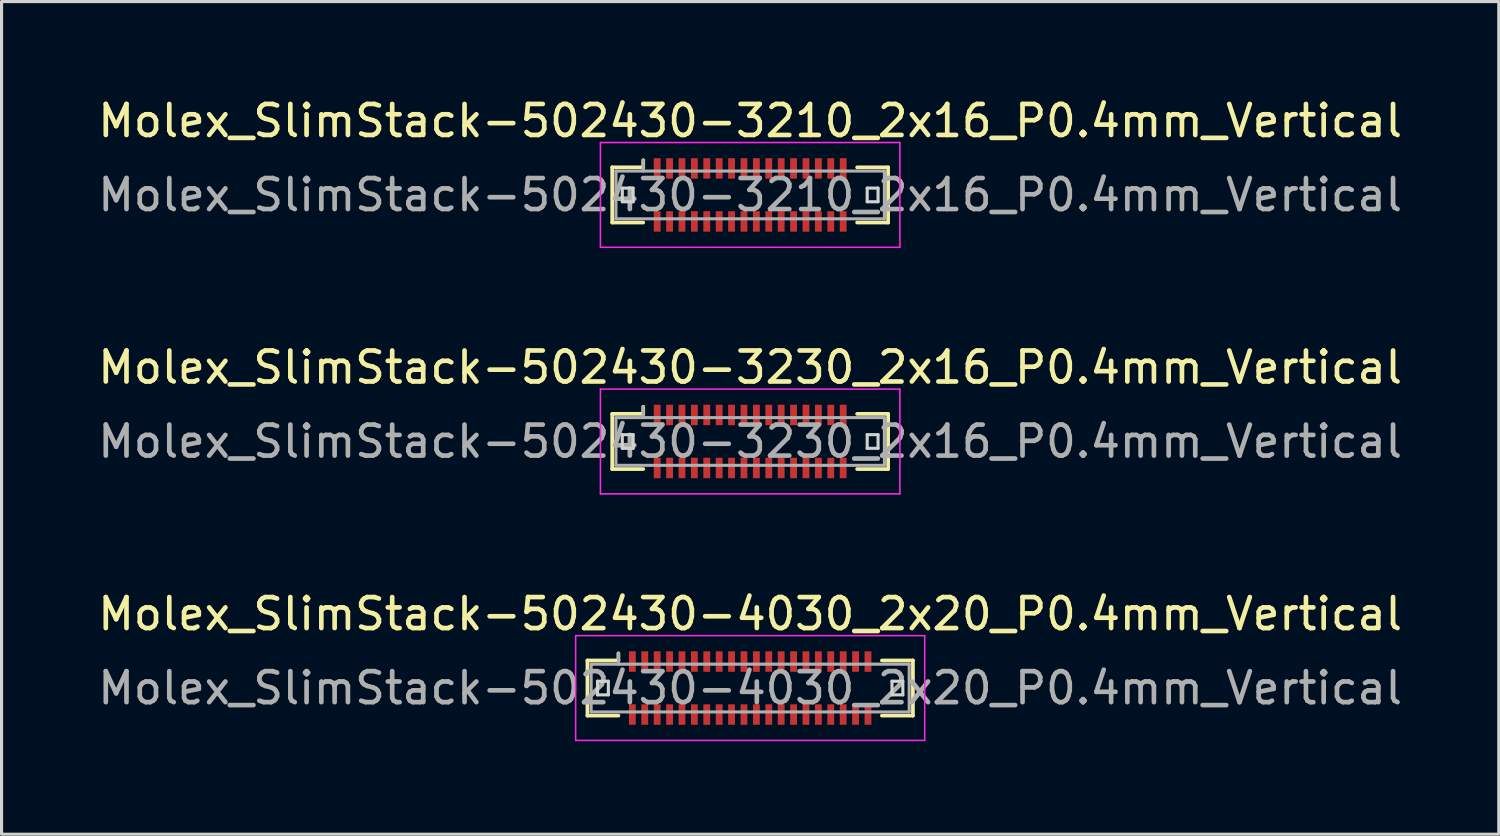
<source format=kicad_pcb>
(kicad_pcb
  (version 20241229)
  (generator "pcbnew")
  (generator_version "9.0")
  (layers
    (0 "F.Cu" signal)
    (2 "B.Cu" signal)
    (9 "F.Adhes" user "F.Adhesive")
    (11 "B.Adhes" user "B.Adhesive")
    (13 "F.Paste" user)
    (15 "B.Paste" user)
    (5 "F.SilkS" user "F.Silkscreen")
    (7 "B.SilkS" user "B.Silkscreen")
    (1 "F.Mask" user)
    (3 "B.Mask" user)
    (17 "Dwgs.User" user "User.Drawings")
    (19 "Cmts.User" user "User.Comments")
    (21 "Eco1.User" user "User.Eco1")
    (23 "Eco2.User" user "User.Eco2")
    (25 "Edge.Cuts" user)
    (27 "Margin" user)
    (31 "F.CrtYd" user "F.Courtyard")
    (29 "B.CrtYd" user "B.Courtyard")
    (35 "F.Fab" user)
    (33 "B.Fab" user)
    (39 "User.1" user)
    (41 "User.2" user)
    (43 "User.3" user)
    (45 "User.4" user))
  (footprint "Molex_SlimStack-502430-3210_2x16_P0.4mm_Vertical"
    (layer "F.Cu")
    (at 21.149 3.238)
    (property "Reference" "Molex_SlimStack-502430-3210_2x16_P0.4mm_Vertical" (at 0 -2.39 0) (layer "F.SilkS") (effects (font (size 1 1) (thickness 0.15))))
    (attr smd)
    (fp_line (start -4.45 -0.89) (end -3.45 -0.89) (stroke (width 0.12) (type solid)) (layer "F.SilkS"))
    (fp_line (start -4.45 0.89) (end -4.45 -0.89) (stroke (width 0.12) (type solid)) (layer "F.SilkS"))
    (fp_line (start -3.45 -0.89) (end -3.45 -1.12) (stroke (width 0.12) (type solid)) (layer "F.SilkS"))
    (fp_line (start -3.45 0.89) (end -4.45 0.89) (stroke (width 0.12) (type solid)) (layer "F.SilkS"))
    (fp_line (start 3.45 0.89) (end 4.45 0.89) (stroke (width 0.12) (type solid)) (layer "F.SilkS"))
    (fp_line (start 4.45 -0.89) (end 3.45 -0.89) (stroke (width 0.12) (type solid)) (layer "F.SilkS"))
    (fp_line (start 4.45 0.89) (end 4.45 -0.89) (stroke (width 0.12) (type solid)) (layer "F.SilkS"))
    (fp_line (start -4.125 -0.22) (end -4.125 0.22) (stroke (width 0.1) (type solid)) (layer "Edge.Cuts"))
    (fp_line (start -4.125 0.22) (end -3.775 0.22) (stroke (width 0.1) (type solid)) (layer "Edge.Cuts"))
    (fp_line (start -3.775 -0.22) (end -4.125 -0.22) (stroke (width 0.1) (type solid)) (layer "Edge.Cuts"))
    (fp_line (start -3.775 0.22) (end -3.775 -0.22) (stroke (width 0.1) (type solid)) (layer "Edge.Cuts"))
    (fp_line (start 3.775 -0.22) (end 3.775 0.22) (stroke (width 0.1) (type solid)) (layer "Edge.Cuts"))
    (fp_line (start 3.775 0.22) (end 4.125 0.22) (stroke (width 0.1) (type solid)) (layer "Edge.Cuts"))
    (fp_line (start 4.125 -0.22) (end 3.775 -0.22) (stroke (width 0.1) (type solid)) (layer "Edge.Cuts"))
    (fp_line (start 4.125 0.22) (end 4.125 -0.22) (stroke (width 0.1) (type solid)) (layer "Edge.Cuts"))
    (fp_line (start -4.83 -1.69) (end -4.83 1.69) (stroke (width 0.05) (type solid)) (layer "F.CrtYd"))
    (fp_line (start -4.83 1.69) (end 4.83 1.69) (stroke (width 0.05) (type solid)) (layer "F.CrtYd"))
    (fp_line (start 4.83 -1.69) (end -4.83 -1.69) (stroke (width 0.05) (type solid)) (layer "F.CrtYd"))
    (fp_line (start 4.83 1.69) (end 4.83 -1.69) (stroke (width 0.05) (type solid)) (layer "F.CrtYd"))
    (fp_line (start -4.33 -0.77) (end -4.33 0.77) (stroke (width 0.1) (type solid)) (layer "F.Fab"))
    (fp_line (start -4.33 0.77) (end 4.33 0.77) (stroke (width 0.1) (type solid)) (layer "F.Fab"))
    (fp_line (start -3.45 -0.77) (end -3.45 -1.12) (stroke (width 0.1) (type solid)) (layer "F.Fab"))
    (fp_line (start 4.33 -0.77) (end -4.33 -0.77) (stroke (width 0.1) (type solid)) (layer "F.Fab"))
    (fp_line (start 4.33 0.77) (end 4.33 -0.77) (stroke (width 0.1) (type solid)) (layer "F.Fab"))
    (fp_text user "${REFERENCE}" (at 0 0 0) (layer "F.Fab") (effects (font (size 1 1) (thickness 0.15))))
    (pad "1" smd rect (at -3 -0.855) (size 0.22 0.66) (layers "F.Cu" "F.Mask" "F.Paste"))
    (pad "2" smd rect (at -3 0.855) (size 0.22 0.66) (layers "F.Cu" "F.Mask" "F.Paste"))
    (pad "3" smd rect (at -2.6 -0.855) (size 0.22 0.66) (layers "F.Cu" "F.Mask" "F.Paste"))
    (pad "4" smd rect (at -2.6 0.855) (size 0.22 0.66) (layers "F.Cu" "F.Mask" "F.Paste"))
    (pad "5" smd rect (at -2.2 -0.855) (size 0.22 0.66) (layers "F.Cu" "F.Mask" "F.Paste"))
    (pad "6" smd rect (at -2.2 0.855) (size 0.22 0.66) (layers "F.Cu" "F.Mask" "F.Paste"))
    (pad "7" smd rect (at -1.8 -0.855) (size 0.22 0.66) (layers "F.Cu" "F.Mask" "F.Paste"))
    (pad "8" smd rect (at -1.8 0.855) (size 0.22 0.66) (layers "F.Cu" "F.Mask" "F.Paste"))
    (pad "9" smd rect (at -1.4 -0.855) (size 0.22 0.66) (layers "F.Cu" "F.Mask" "F.Paste"))
    (pad "10" smd rect (at -1.4 0.855) (size 0.22 0.66) (layers "F.Cu" "F.Mask" "F.Paste"))
    (pad "11" smd rect (at -1 -0.855) (size 0.22 0.66) (layers "F.Cu" "F.Mask" "F.Paste"))
    (pad "12" smd rect (at -1 0.855) (size 0.22 0.66) (layers "F.Cu" "F.Mask" "F.Paste"))
    (pad "13" smd rect (at -0.6 -0.855) (size 0.22 0.66) (layers "F.Cu" "F.Mask" "F.Paste"))
    (pad "14" smd rect (at -0.6 0.855) (size 0.22 0.66) (layers "F.Cu" "F.Mask" "F.Paste"))
    (pad "15" smd rect (at -0.2 -0.855) (size 0.22 0.66) (layers "F.Cu" "F.Mask" "F.Paste"))
    (pad "16" smd rect (at -0.2 0.855) (size 0.22 0.66) (layers "F.Cu" "F.Mask" "F.Paste"))
    (pad "17" smd rect (at 0.2 -0.855) (size 0.22 0.66) (layers "F.Cu" "F.Mask" "F.Paste"))
    (pad "18" smd rect (at 0.2 0.855) (size 0.22 0.66) (layers "F.Cu" "F.Mask" "F.Paste"))
    (pad "19" smd rect (at 0.6 -0.855) (size 0.22 0.66) (layers "F.Cu" "F.Mask" "F.Paste"))
    (pad "20" smd rect (at 0.6 0.855) (size 0.22 0.66) (layers "F.Cu" "F.Mask" "F.Paste"))
    (pad "21" smd rect (at 1 -0.855) (size 0.22 0.66) (layers "F.Cu" "F.Mask" "F.Paste"))
    (pad "22" smd rect (at 1 0.855) (size 0.22 0.66) (layers "F.Cu" "F.Mask" "F.Paste"))
    (pad "23" smd rect (at 1.4 -0.855) (size 0.22 0.66) (layers "F.Cu" "F.Mask" "F.Paste"))
    (pad "24" smd rect (at 1.4 0.855) (size 0.22 0.66) (layers "F.Cu" "F.Mask" "F.Paste"))
    (pad "25" smd rect (at 1.8 -0.855) (size 0.22 0.66) (layers "F.Cu" "F.Mask" "F.Paste"))
    (pad "26" smd rect (at 1.8 0.855) (size 0.22 0.66) (layers "F.Cu" "F.Mask" "F.Paste"))
    (pad "27" smd rect (at 2.2 -0.855) (size 0.22 0.66) (layers "F.Cu" "F.Mask" "F.Paste"))
    (pad "28" smd rect (at 2.2 0.855) (size 0.22 0.66) (layers "F.Cu" "F.Mask" "F.Paste"))
    (pad "29" smd rect (at 2.6 -0.855) (size 0.22 0.66) (layers "F.Cu" "F.Mask" "F.Paste"))
    (pad "30" smd rect (at 2.6 0.855) (size 0.22 0.66) (layers "F.Cu" "F.Mask" "F.Paste"))
    (pad "31" smd rect (at 3 -0.855) (size 0.22 0.66) (layers "F.Cu" "F.Mask" "F.Paste"))
    (pad "32" smd rect (at 3 0.855) (size 0.22 0.66) (layers "F.Cu" "F.Mask" "F.Paste")))
  (footprint "Molex_SlimStack-502430-4030_2x20_P0.4mm_Vertical"
    (layer "F.Cu")
    (at 21.149 19.145)
    (property "Reference" "Molex_SlimStack-502430-4030_2x20_P0.4mm_Vertical" (at 0 -2.39 0) (layer "F.SilkS") (effects (font (size 1 1) (thickness 0.15))))
    (attr smd)
    (fp_line (start -5.25 -0.89) (end -4.25 -0.89) (stroke (width 0.12) (type solid)) (layer "F.SilkS"))
    (fp_line (start -5.25 0.89) (end -5.25 -0.89) (stroke (width 0.12) (type solid)) (layer "F.SilkS"))
    (fp_line (start -4.25 -0.89) (end -4.25 -1.12) (stroke (width 0.12) (type solid)) (layer "F.SilkS"))
    (fp_line (start -4.25 0.89) (end -5.25 0.89) (stroke (width 0.12) (type solid)) (layer "F.SilkS"))
    (fp_line (start 4.25 0.89) (end 5.25 0.89) (stroke (width 0.12) (type solid)) (layer "F.SilkS"))
    (fp_line (start 5.25 -0.89) (end 4.25 -0.89) (stroke (width 0.12) (type solid)) (layer "F.SilkS"))
    (fp_line (start 5.25 0.89) (end 5.25 -0.89) (stroke (width 0.12) (type solid)) (layer "F.SilkS"))
    (fp_line (start -4.925 -0.22) (end -4.925 0.22) (stroke (width 0.1) (type solid)) (layer "Edge.Cuts"))
    (fp_line (start -4.925 0.22) (end -4.575 0.22) (stroke (width 0.1) (type solid)) (layer "Edge.Cuts"))
    (fp_line (start -4.575 -0.22) (end -4.925 -0.22) (stroke (width 0.1) (type solid)) (layer "Edge.Cuts"))
    (fp_line (start -4.575 0.22) (end -4.575 -0.22) (stroke (width 0.1) (type solid)) (layer "Edge.Cuts"))
    (fp_line (start 4.575 -0.22) (end 4.575 0.22) (stroke (width 0.1) (type solid)) (layer "Edge.Cuts"))
    (fp_line (start 4.575 0.22) (end 4.925 0.22) (stroke (width 0.1) (type solid)) (layer "Edge.Cuts"))
    (fp_line (start 4.925 -0.22) (end 4.575 -0.22) (stroke (width 0.1) (type solid)) (layer "Edge.Cuts"))
    (fp_line (start 4.925 0.22) (end 4.925 -0.22) (stroke (width 0.1) (type solid)) (layer "Edge.Cuts"))
    (fp_line (start -5.63 -1.69) (end -5.63 1.69) (stroke (width 0.05) (type solid)) (layer "F.CrtYd"))
    (fp_line (start -5.63 1.69) (end 5.63 1.69) (stroke (width 0.05) (type solid)) (layer "F.CrtYd"))
    (fp_line (start 5.63 -1.69) (end -5.63 -1.69) (stroke (width 0.05) (type solid)) (layer "F.CrtYd"))
    (fp_line (start 5.63 1.69) (end 5.63 -1.69) (stroke (width 0.05) (type solid)) (layer "F.CrtYd"))
    (fp_line (start -5.13 -0.77) (end -5.13 0.77) (stroke (width 0.1) (type solid)) (layer "F.Fab"))
    (fp_line (start -5.13 0.77) (end 5.13 0.77) (stroke (width 0.1) (type solid)) (layer "F.Fab"))
    (fp_line (start -4.25 -0.77) (end -4.25 -1.12) (stroke (width 0.1) (type solid)) (layer "F.Fab"))
    (fp_line (start 5.13 -0.77) (end -5.13 -0.77) (stroke (width 0.1) (type solid)) (layer "F.Fab"))
    (fp_line (start 5.13 0.77) (end 5.13 -0.77) (stroke (width 0.1) (type solid)) (layer "F.Fab"))
    (fp_text user "${REFERENCE}" (at 0 0 0) (layer "F.Fab") (effects (font (size 1 1) (thickness 0.15))))
    (pad "1" smd rect (at -3.8 -0.855) (size 0.22 0.66) (layers "F.Cu" "F.Mask" "F.Paste"))
    (pad "2" smd rect (at -3.8 0.855) (size 0.22 0.66) (layers "F.Cu" "F.Mask" "F.Paste"))
    (pad "3" smd rect (at -3.4 -0.855) (size 0.22 0.66) (layers "F.Cu" "F.Mask" "F.Paste"))
    (pad "4" smd rect (at -3.4 0.855) (size 0.22 0.66) (layers "F.Cu" "F.Mask" "F.Paste"))
    (pad "5" smd rect (at -3 -0.855) (size 0.22 0.66) (layers "F.Cu" "F.Mask" "F.Paste"))
    (pad "6" smd rect (at -3 0.855) (size 0.22 0.66) (layers "F.Cu" "F.Mask" "F.Paste"))
    (pad "7" smd rect (at -2.6 -0.855) (size 0.22 0.66) (layers "F.Cu" "F.Mask" "F.Paste"))
    (pad "8" smd rect (at -2.6 0.855) (size 0.22 0.66) (layers "F.Cu" "F.Mask" "F.Paste"))
    (pad "9" smd rect (at -2.2 -0.855) (size 0.22 0.66) (layers "F.Cu" "F.Mask" "F.Paste"))
    (pad "10" smd rect (at -2.2 0.855) (size 0.22 0.66) (layers "F.Cu" "F.Mask" "F.Paste"))
    (pad "11" smd rect (at -1.8 -0.855) (size 0.22 0.66) (layers "F.Cu" "F.Mask" "F.Paste"))
    (pad "12" smd rect (at -1.8 0.855) (size 0.22 0.66) (layers "F.Cu" "F.Mask" "F.Paste"))
    (pad "13" smd rect (at -1.4 -0.855) (size 0.22 0.66) (layers "F.Cu" "F.Mask" "F.Paste"))
    (pad "14" smd rect (at -1.4 0.855) (size 0.22 0.66) (layers "F.Cu" "F.Mask" "F.Paste"))
    (pad "15" smd rect (at -1 -0.855) (size 0.22 0.66) (layers "F.Cu" "F.Mask" "F.Paste"))
    (pad "16" smd rect (at -1 0.855) (size 0.22 0.66) (layers "F.Cu" "F.Mask" "F.Paste"))
    (pad "17" smd rect (at -0.6 -0.855) (size 0.22 0.66) (layers "F.Cu" "F.Mask" "F.Paste"))
    (pad "18" smd rect (at -0.6 0.855) (size 0.22 0.66) (layers "F.Cu" "F.Mask" "F.Paste"))
    (pad "19" smd rect (at -0.2 -0.855) (size 0.22 0.66) (layers "F.Cu" "F.Mask" "F.Paste"))
    (pad "20" smd rect (at -0.2 0.855) (size 0.22 0.66) (layers "F.Cu" "F.Mask" "F.Paste"))
    (pad "21" smd rect (at 0.2 -0.855) (size 0.22 0.66) (layers "F.Cu" "F.Mask" "F.Paste"))
    (pad "22" smd rect (at 0.2 0.855) (size 0.22 0.66) (layers "F.Cu" "F.Mask" "F.Paste"))
    (pad "23" smd rect (at 0.6 -0.855) (size 0.22 0.66) (layers "F.Cu" "F.Mask" "F.Paste"))
    (pad "24" smd rect (at 0.6 0.855) (size 0.22 0.66) (layers "F.Cu" "F.Mask" "F.Paste"))
    (pad "25" smd rect (at 1 -0.855) (size 0.22 0.66) (layers "F.Cu" "F.Mask" "F.Paste"))
    (pad "26" smd rect (at 1 0.855) (size 0.22 0.66) (layers "F.Cu" "F.Mask" "F.Paste"))
    (pad "27" smd rect (at 1.4 -0.855) (size 0.22 0.66) (layers "F.Cu" "F.Mask" "F.Paste"))
    (pad "28" smd rect (at 1.4 0.855) (size 0.22 0.66) (layers "F.Cu" "F.Mask" "F.Paste"))
    (pad "29" smd rect (at 1.8 -0.855) (size 0.22 0.66) (layers "F.Cu" "F.Mask" "F.Paste"))
    (pad "30" smd rect (at 1.8 0.855) (size 0.22 0.66) (layers "F.Cu" "F.Mask" "F.Paste"))
    (pad "31" smd rect (at 2.2 -0.855) (size 0.22 0.66) (layers "F.Cu" "F.Mask" "F.Paste"))
    (pad "32" smd rect (at 2.2 0.855) (size 0.22 0.66) (layers "F.Cu" "F.Mask" "F.Paste"))
    (pad "33" smd rect (at 2.6 -0.855) (size 0.22 0.66) (layers "F.Cu" "F.Mask" "F.Paste"))
    (pad "34" smd rect (at 2.6 0.855) (size 0.22 0.66) (layers "F.Cu" "F.Mask" "F.Paste"))
    (pad "35" smd rect (at 3 -0.855) (size 0.22 0.66) (layers "F.Cu" "F.Mask" "F.Paste"))
    (pad "36" smd rect (at 3 0.855) (size 0.22 0.66) (layers "F.Cu" "F.Mask" "F.Paste"))
    (pad "37" smd rect (at 3.4 -0.855) (size 0.22 0.66) (layers "F.Cu" "F.Mask" "F.Paste"))
    (pad "38" smd rect (at 3.4 0.855) (size 0.22 0.66) (layers "F.Cu" "F.Mask" "F.Paste"))
    (pad "39" smd rect (at 3.8 -0.855) (size 0.22 0.66) (layers "F.Cu" "F.Mask" "F.Paste"))
    (pad "40" smd rect (at 3.8 0.855) (size 0.22 0.66) (layers "F.Cu" "F.Mask" "F.Paste")))
  (footprint "Molex_SlimStack-502430-3230_2x16_P0.4mm_Vertical"
    (layer "F.Cu")
    (at 21.149 11.191)
    (property "Reference" "Molex_SlimStack-502430-3230_2x16_P0.4mm_Vertical" (at 0 -2.39 0) (layer "F.SilkS") (effects (font (size 1 1) (thickness 0.15))))
    (attr smd)
    (fp_line (start -4.45 -0.89) (end -3.45 -0.89) (stroke (width 0.12) (type solid)) (layer "F.SilkS"))
    (fp_line (start -4.45 0.89) (end -4.45 -0.89) (stroke (width 0.12) (type solid)) (layer "F.SilkS"))
    (fp_line (start -3.45 -0.89) (end -3.45 -1.12) (stroke (width 0.12) (type solid)) (layer "F.SilkS"))
    (fp_line (start -3.45 0.89) (end -4.45 0.89) (stroke (width 0.12) (type solid)) (layer "F.SilkS"))
    (fp_line (start 3.45 0.89) (end 4.45 0.89) (stroke (width 0.12) (type solid)) (layer "F.SilkS"))
    (fp_line (start 4.45 -0.89) (end 3.45 -0.89) (stroke (width 0.12) (type solid)) (layer "F.SilkS"))
    (fp_line (start 4.45 0.89) (end 4.45 -0.89) (stroke (width 0.12) (type solid)) (layer "F.SilkS"))
    (fp_line (start -4.125 -0.22) (end -4.125 0.22) (stroke (width 0.1) (type solid)) (layer "Edge.Cuts"))
    (fp_line (start -4.125 0.22) (end -3.775 0.22) (stroke (width 0.1) (type solid)) (layer "Edge.Cuts"))
    (fp_line (start -3.775 -0.22) (end -4.125 -0.22) (stroke (width 0.1) (type solid)) (layer "Edge.Cuts"))
    (fp_line (start -3.775 0.22) (end -3.775 -0.22) (stroke (width 0.1) (type solid)) (layer "Edge.Cuts"))
    (fp_line (start 3.775 -0.22) (end 3.775 0.22) (stroke (width 0.1) (type solid)) (layer "Edge.Cuts"))
    (fp_line (start 3.775 0.22) (end 4.125 0.22) (stroke (width 0.1) (type solid)) (layer "Edge.Cuts"))
    (fp_line (start 4.125 -0.22) (end 3.775 -0.22) (stroke (width 0.1) (type solid)) (layer "Edge.Cuts"))
    (fp_line (start 4.125 0.22) (end 4.125 -0.22) (stroke (width 0.1) (type solid)) (layer "Edge.Cuts"))
    (fp_line (start -4.83 -1.69) (end -4.83 1.69) (stroke (width 0.05) (type solid)) (layer "F.CrtYd"))
    (fp_line (start -4.83 1.69) (end 4.83 1.69) (stroke (width 0.05) (type solid)) (layer "F.CrtYd"))
    (fp_line (start 4.83 -1.69) (end -4.83 -1.69) (stroke (width 0.05) (type solid)) (layer "F.CrtYd"))
    (fp_line (start 4.83 1.69) (end 4.83 -1.69) (stroke (width 0.05) (type solid)) (layer "F.CrtYd"))
    (fp_line (start -4.33 -0.77) (end -4.33 0.77) (stroke (width 0.1) (type solid)) (layer "F.Fab"))
    (fp_line (start -4.33 0.77) (end 4.33 0.77) (stroke (width 0.1) (type solid)) (layer "F.Fab"))
    (fp_line (start -3.45 -0.77) (end -3.45 -1.12) (stroke (width 0.1) (type solid)) (layer "F.Fab"))
    (fp_line (start 4.33 -0.77) (end -4.33 -0.77) (stroke (width 0.1) (type solid)) (layer "F.Fab"))
    (fp_line (start 4.33 0.77) (end 4.33 -0.77) (stroke (width 0.1) (type solid)) (layer "F.Fab"))
    (fp_text user "${REFERENCE}" (at 0 0 0) (layer "F.Fab") (effects (font (size 1 1) (thickness 0.15))))
    (pad "1" smd rect (at -3 -0.855) (size 0.22 0.66) (layers "F.Cu" "F.Mask" "F.Paste"))
    (pad "2" smd rect (at -3 0.855) (size 0.22 0.66) (layers "F.Cu" "F.Mask" "F.Paste"))
    (pad "3" smd rect (at -2.6 -0.855) (size 0.22 0.66) (layers "F.Cu" "F.Mask" "F.Paste"))
    (pad "4" smd rect (at -2.6 0.855) (size 0.22 0.66) (layers "F.Cu" "F.Mask" "F.Paste"))
    (pad "5" smd rect (at -2.2 -0.855) (size 0.22 0.66) (layers "F.Cu" "F.Mask" "F.Paste"))
    (pad "6" smd rect (at -2.2 0.855) (size 0.22 0.66) (layers "F.Cu" "F.Mask" "F.Paste"))
    (pad "7" smd rect (at -1.8 -0.855) (size 0.22 0.66) (layers "F.Cu" "F.Mask" "F.Paste"))
    (pad "8" smd rect (at -1.8 0.855) (size 0.22 0.66) (layers "F.Cu" "F.Mask" "F.Paste"))
    (pad "9" smd rect (at -1.4 -0.855) (size 0.22 0.66) (layers "F.Cu" "F.Mask" "F.Paste"))
    (pad "10" smd rect (at -1.4 0.855) (size 0.22 0.66) (layers "F.Cu" "F.Mask" "F.Paste"))
    (pad "11" smd rect (at -1 -0.855) (size 0.22 0.66) (layers "F.Cu" "F.Mask" "F.Paste"))
    (pad "12" smd rect (at -1 0.855) (size 0.22 0.66) (layers "F.Cu" "F.Mask" "F.Paste"))
    (pad "13" smd rect (at -0.6 -0.855) (size 0.22 0.66) (layers "F.Cu" "F.Mask" "F.Paste"))
    (pad "14" smd rect (at -0.6 0.855) (size 0.22 0.66) (layers "F.Cu" "F.Mask" "F.Paste"))
    (pad "15" smd rect (at -0.2 -0.855) (size 0.22 0.66) (layers "F.Cu" "F.Mask" "F.Paste"))
    (pad "16" smd rect (at -0.2 0.855) (size 0.22 0.66) (layers "F.Cu" "F.Mask" "F.Paste"))
    (pad "17" smd rect (at 0.2 -0.855) (size 0.22 0.66) (layers "F.Cu" "F.Mask" "F.Paste"))
    (pad "18" smd rect (at 0.2 0.855) (size 0.22 0.66) (layers "F.Cu" "F.Mask" "F.Paste"))
    (pad "19" smd rect (at 0.6 -0.855) (size 0.22 0.66) (layers "F.Cu" "F.Mask" "F.Paste"))
    (pad "20" smd rect (at 0.6 0.855) (size 0.22 0.66) (layers "F.Cu" "F.Mask" "F.Paste"))
    (pad "21" smd rect (at 1 -0.855) (size 0.22 0.66) (layers "F.Cu" "F.Mask" "F.Paste"))
    (pad "22" smd rect (at 1 0.855) (size 0.22 0.66) (layers "F.Cu" "F.Mask" "F.Paste"))
    (pad "23" smd rect (at 1.4 -0.855) (size 0.22 0.66) (layers "F.Cu" "F.Mask" "F.Paste"))
    (pad "24" smd rect (at 1.4 0.855) (size 0.22 0.66) (layers "F.Cu" "F.Mask" "F.Paste"))
    (pad "25" smd rect (at 1.8 -0.855) (size 0.22 0.66) (layers "F.Cu" "F.Mask" "F.Paste"))
    (pad "26" smd rect (at 1.8 0.855) (size 0.22 0.66) (layers "F.Cu" "F.Mask" "F.Paste"))
    (pad "27" smd rect (at 2.2 -0.855) (size 0.22 0.66) (layers "F.Cu" "F.Mask" "F.Paste"))
    (pad "28" smd rect (at 2.2 0.855) (size 0.22 0.66) (layers "F.Cu" "F.Mask" "F.Paste"))
    (pad "29" smd rect (at 2.6 -0.855) (size 0.22 0.66) (layers "F.Cu" "F.Mask" "F.Paste"))
    (pad "30" smd rect (at 2.6 0.855) (size 0.22 0.66) (layers "F.Cu" "F.Mask" "F.Paste"))
    (pad "31" smd rect (at 3 -0.855) (size 0.22 0.66) (layers "F.Cu" "F.Mask" "F.Paste"))
    (pad "32" smd rect (at 3 0.855) (size 0.22 0.66) (layers "F.Cu" "F.Mask" "F.Paste")))
  (gr_rect
    (start -3 -3)
    (end 45.298 23.86)
    (stroke (width 0.1) (type default))
    (fill no)
    (layer "Edge.Cuts")))
</source>
